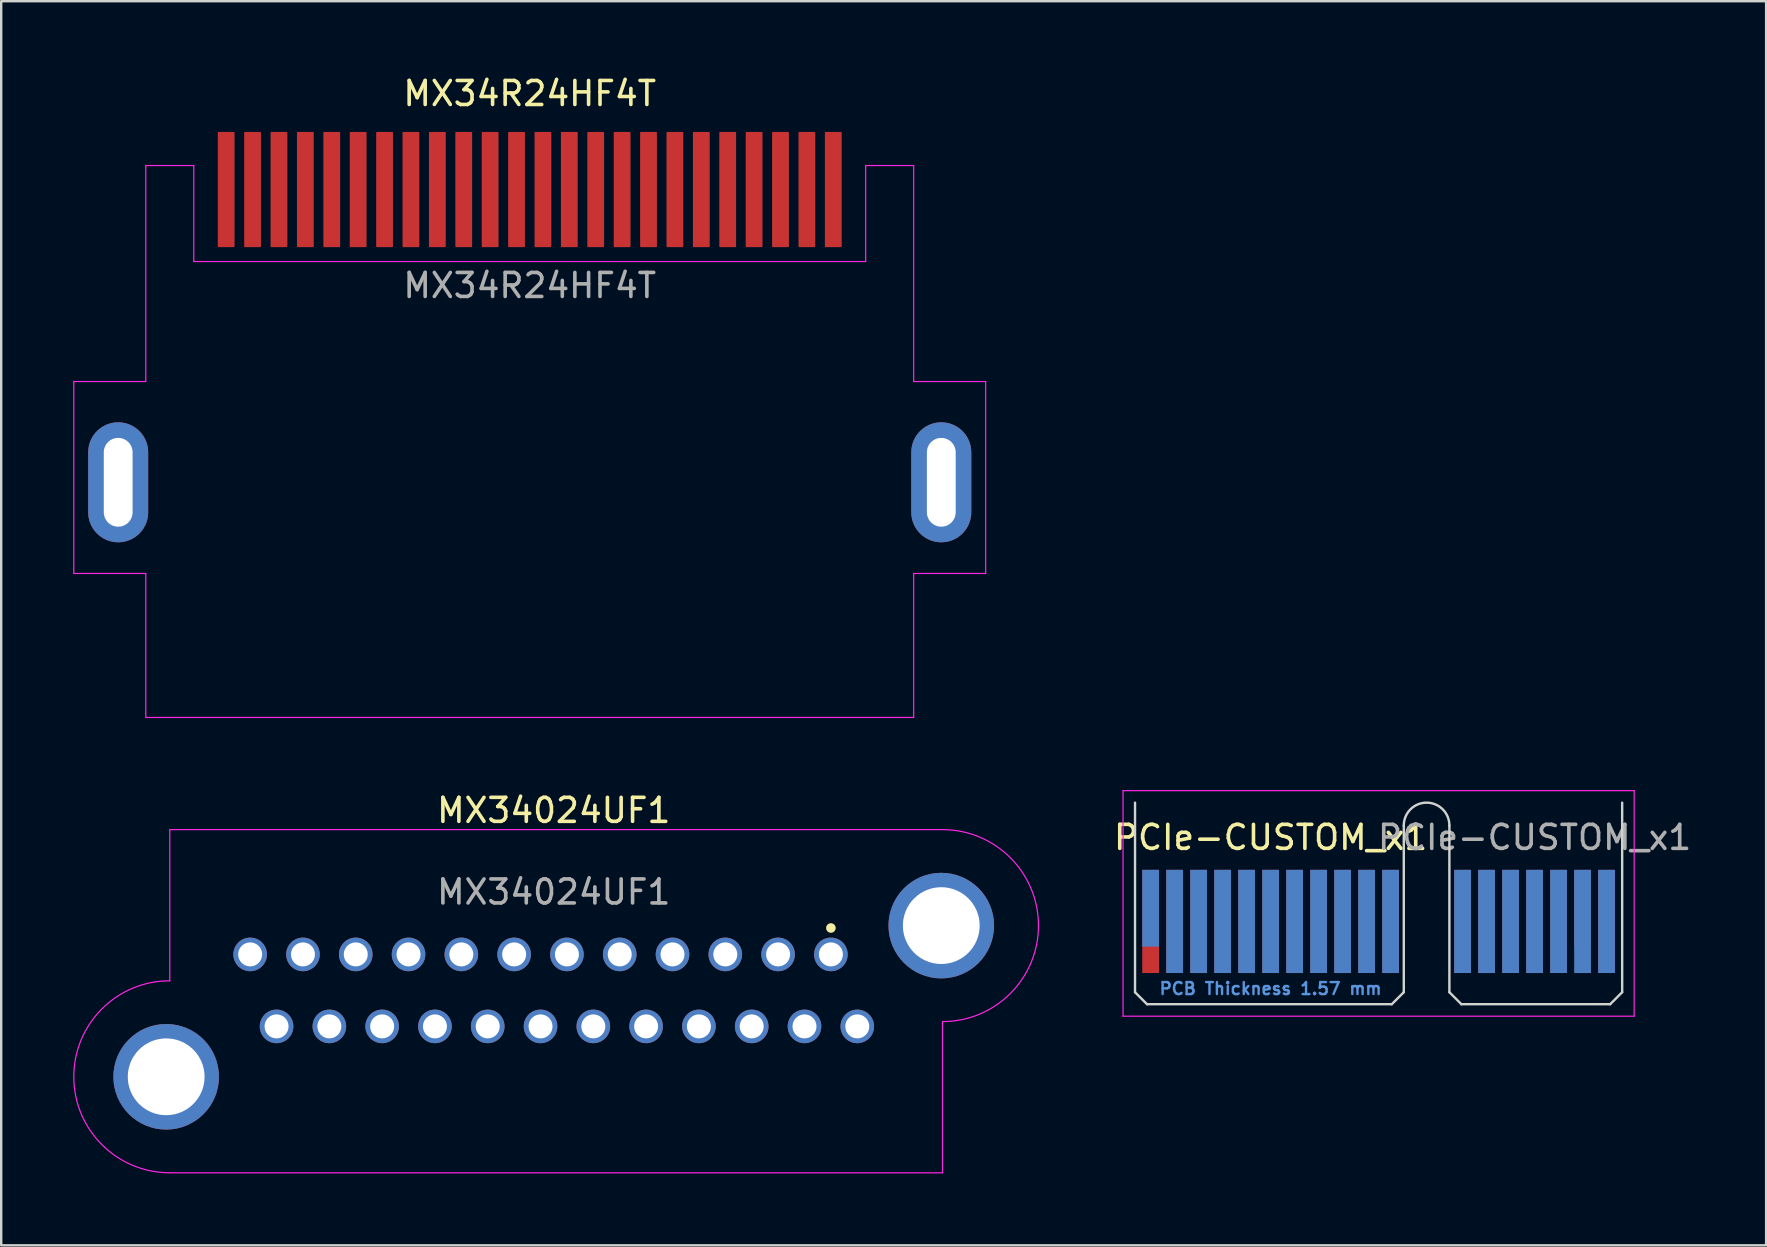
<source format=kicad_pcb>
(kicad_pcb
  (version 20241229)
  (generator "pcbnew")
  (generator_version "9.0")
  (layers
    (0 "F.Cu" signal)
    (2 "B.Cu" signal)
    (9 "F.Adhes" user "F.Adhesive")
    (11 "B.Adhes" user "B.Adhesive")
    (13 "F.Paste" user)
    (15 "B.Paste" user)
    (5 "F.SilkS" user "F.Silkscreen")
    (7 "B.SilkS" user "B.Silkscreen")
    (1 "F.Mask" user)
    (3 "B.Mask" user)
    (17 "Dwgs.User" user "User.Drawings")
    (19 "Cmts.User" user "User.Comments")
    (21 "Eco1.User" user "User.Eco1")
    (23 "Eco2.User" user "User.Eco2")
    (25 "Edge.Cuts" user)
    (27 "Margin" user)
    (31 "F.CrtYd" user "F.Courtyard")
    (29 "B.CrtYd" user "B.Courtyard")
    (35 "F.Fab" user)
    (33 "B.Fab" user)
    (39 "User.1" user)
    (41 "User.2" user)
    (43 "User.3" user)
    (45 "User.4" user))
  (footprint "MX34024UF1"
    (layer "F.Cu")
    (at 20.025 41.822)
    (property "Reference" "MX34024UF1" (at 0 -11.1 0) (unlocked yes) (layer "F.SilkS") (effects (font (size 1 1) (thickness 0.15))))
    (attr through_hole)
    (fp_circle (center 11.55 -6.2) (end 11.75 -6.2) (stroke (width 0) (type solid)) (fill yes) (layer "F.SilkS"))
    (fp_line (start -16 -10.3) (end 16.2 -10.3) (stroke (width 0.05) (type solid)) (layer "F.CrtYd"))
    (fp_line (start -16 -4) (end -16 -10.3) (stroke (width 0.05) (type solid)) (layer "F.CrtYd"))
    (fp_line (start 16.2 -2.3) (end 16.2 4) (stroke (width 0.05) (type solid)) (layer "F.CrtYd"))
    (fp_line (start 16.2 4) (end -16 4) (stroke (width 0.05) (type solid)) (layer "F.CrtYd"))
    (fp_arc (start -16 4) (mid -20 0) (end -16 -4) (stroke (width 0.05) (type solid)) (layer "F.CrtYd"))
    (fp_arc (start 16.2 -10.3) (mid 20.2 -6.3) (end 16.2 -2.3) (stroke (width 0.05) (type solid)) (layer "F.CrtYd"))
    (fp_text user "${REFERENCE}" (at 0 -7.7 0) (unlocked yes) (layer "F.Fab") (effects (font (size 1 1) (thickness 0.15))))
    (pad "1" thru_hole circle (at 11.55 -5.1 180) (size 1.4 1.4) (drill 1) (layers "*.Cu" "*.Mask"))
    (pad "2" thru_hole circle (at 9.35 -5.1 180) (size 1.4 1.4) (drill 1) (layers "*.Cu" "*.Mask"))
    (pad "3" thru_hole circle (at 7.15 -5.1 180) (size 1.4 1.4) (drill 1) (layers "*.Cu" "*.Mask"))
    (pad "4" thru_hole circle (at 4.95 -5.1 180) (size 1.4 1.4) (drill 1) (layers "*.Cu" "*.Mask"))
    (pad "5" thru_hole circle (at 2.75 -5.1 180) (size 1.4 1.4) (drill 1) (layers "*.Cu" "*.Mask"))
    (pad "6" thru_hole circle (at 0.55 -5.1 180) (size 1.4 1.4) (drill 1) (layers "*.Cu" "*.Mask"))
    (pad "7" thru_hole circle (at -1.65 -5.1 180) (size 1.4 1.4) (drill 1) (layers "*.Cu" "*.Mask"))
    (pad "8" thru_hole circle (at -3.85 -5.1 180) (size 1.4 1.4) (drill 1) (layers "*.Cu" "*.Mask"))
    (pad "9" thru_hole circle (at -6.05 -5.1 180) (size 1.4 1.4) (drill 1) (layers "*.Cu" "*.Mask"))
    (pad "10" thru_hole circle (at -8.25 -5.1 180) (size 1.4 1.4) (drill 1) (layers "*.Cu" "*.Mask"))
    (pad "11" thru_hole circle (at -10.45 -5.1 180) (size 1.4 1.4) (drill 1) (layers "*.Cu" "*.Mask"))
    (pad "12" thru_hole circle (at -12.65 -5.1 180) (size 1.4 1.4) (drill 1) (layers "*.Cu" "*.Mask"))
    (pad "13" thru_hole circle (at 12.65 -2.1 180) (size 1.4 1.4) (drill 1) (layers "*.Cu" "*.Mask"))
    (pad "14" thru_hole circle (at 10.45 -2.1 180) (size 1.4 1.4) (drill 1) (layers "*.Cu" "*.Mask"))
    (pad "15" thru_hole circle (at 8.25 -2.1 180) (size 1.4 1.4) (drill 1) (layers "*.Cu" "*.Mask"))
    (pad "16" thru_hole circle (at 6.05 -2.1 180) (size 1.4 1.4) (drill 1) (layers "*.Cu" "*.Mask"))
    (pad "17" thru_hole circle (at 3.85 -2.1 180) (size 1.4 1.4) (drill 1) (layers "*.Cu" "*.Mask"))
    (pad "18" thru_hole circle (at 1.65 -2.1 180) (size 1.4 1.4) (drill 1) (layers "*.Cu" "*.Mask"))
    (pad "19" thru_hole circle (at -0.55 -2.1 180) (size 1.4 1.4) (drill 1) (layers "*.Cu" "*.Mask"))
    (pad "20" thru_hole circle (at -2.75 -2.1 180) (size 1.4 1.4) (drill 1) (layers "*.Cu" "*.Mask"))
    (pad "21" thru_hole circle (at -4.95 -2.1 180) (size 1.4 1.4) (drill 1) (layers "*.Cu" "*.Mask"))
    (pad "22" thru_hole circle (at -7.15 -2.1 180) (size 1.4 1.4) (drill 1) (layers "*.Cu" "*.Mask"))
    (pad "23" thru_hole circle (at -9.35 -2.1 180) (size 1.4 1.4) (drill 1) (layers "*.Cu" "*.Mask"))
    (pad "24" thru_hole circle (at -11.55 -2.1 180) (size 1.4 1.4) (drill 1) (layers "*.Cu" "*.Mask"))
    (pad "25" thru_hole circle (at -16.15 0) (size 4.4 4.4) (drill 3.2) (layers "*.Cu" "*.Mask"))
    (pad "25" thru_hole circle (at 16.15 -6.3) (size 4.4 4.4) (drill 3.2) (layers "*.Cu" "*.Mask")))
  (footprint "MX34R24HF4T"
    (layer "F.Cu")
    (at 19.025 4.848)
    (property "Reference" "MX34R24HF4T" (at 0 -4 0) (unlocked yes) (layer "F.SilkS") (effects (font (size 1 1) (thickness 0.15))))
    (attr smd)
    (fp_line (start -19 8) (end -16 8) (stroke (width 0.05) (type solid)) (layer "F.CrtYd"))
    (fp_line (start -19 16) (end -19 8) (stroke (width 0.05) (type solid)) (layer "F.CrtYd"))
    (fp_line (start -16 -1) (end -14 -1) (stroke (width 0.05) (type solid)) (layer "F.CrtYd"))
    (fp_line (start -16 8) (end -16 -1) (stroke (width 0.05) (type solid)) (layer "F.CrtYd"))
    (fp_line (start -16 16) (end -19 16) (stroke (width 0.05) (type solid)) (layer "F.CrtYd"))
    (fp_line (start -16 22) (end -16 16) (stroke (width 0.05) (type solid)) (layer "F.CrtYd"))
    (fp_line (start -14 -1) (end -14 3) (stroke (width 0.05) (type solid)) (layer "F.CrtYd"))
    (fp_line (start -14 3) (end 14 3) (stroke (width 0.05) (type solid)) (layer "F.CrtYd"))
    (fp_line (start 14 -1) (end 16 -1) (stroke (width 0.05) (type solid)) (layer "F.CrtYd"))
    (fp_line (start 14 3) (end 14 -1) (stroke (width 0.05) (type solid)) (layer "F.CrtYd"))
    (fp_line (start 16 -1) (end 16 8) (stroke (width 0.05) (type solid)) (layer "F.CrtYd"))
    (fp_line (start 16 8) (end 19 8) (stroke (width 0.05) (type solid)) (layer "F.CrtYd"))
    (fp_line (start 16 16) (end 16 22) (stroke (width 0.05) (type solid)) (layer "F.CrtYd"))
    (fp_line (start 16 22) (end -16 22) (stroke (width 0.05) (type solid)) (layer "F.CrtYd"))
    (fp_line (start 19 8) (end 19 16) (stroke (width 0.05) (type solid)) (layer "F.CrtYd"))
    (fp_line (start 19 16) (end 16 16) (stroke (width 0.05) (type solid)) (layer "F.CrtYd"))
    (fp_text user "${REFERENCE}" (at 0 4 0) (unlocked yes) (layer "F.Fab") (effects (font (size 1 1) (thickness 0.15))))
    (pad "1" smd roundrect (at 12.65 0) (size 0.7 4.8) (layers "F.Cu" "F.Mask" "F.Paste") (roundrect_rratio 0.05))
    (pad "2" smd roundrect (at 11.55 0) (size 0.7 4.8) (layers "F.Cu" "F.Mask" "F.Paste") (roundrect_rratio 0.05))
    (pad "3" smd roundrect (at 10.45 0) (size 0.7 4.8) (layers "F.Cu" "F.Mask" "F.Paste") (roundrect_rratio 0.05))
    (pad "4" smd roundrect (at 9.35 0) (size 0.7 4.8) (layers "F.Cu" "F.Mask" "F.Paste") (roundrect_rratio 0.05))
    (pad "5" smd roundrect (at 8.25 0) (size 0.7 4.8) (layers "F.Cu" "F.Mask" "F.Paste") (roundrect_rratio 0.05))
    (pad "6" smd roundrect (at 7.15 0) (size 0.7 4.8) (layers "F.Cu" "F.Mask" "F.Paste") (roundrect_rratio 0.05))
    (pad "7" smd roundrect (at 6.05 0) (size 0.7 4.8) (layers "F.Cu" "F.Mask" "F.Paste") (roundrect_rratio 0.05))
    (pad "8" smd roundrect (at 4.95 0) (size 0.7 4.8) (layers "F.Cu" "F.Mask" "F.Paste") (roundrect_rratio 0.05))
    (pad "9" smd roundrect (at 3.85 0) (size 0.7 4.8) (layers "F.Cu" "F.Mask" "F.Paste") (roundrect_rratio 0.05))
    (pad "10" smd roundrect (at 2.75 0) (size 0.7 4.8) (layers "F.Cu" "F.Mask" "F.Paste") (roundrect_rratio 0.05))
    (pad "11" smd roundrect (at 1.65 0) (size 0.7 4.8) (layers "F.Cu" "F.Mask" "F.Paste") (roundrect_rratio 0.05))
    (pad "12" smd roundrect (at 0.55 0) (size 0.7 4.8) (layers "F.Cu" "F.Mask" "F.Paste") (roundrect_rratio 0.05))
    (pad "13" smd roundrect (at -0.55 0) (size 0.7 4.8) (layers "F.Cu" "F.Mask" "F.Paste") (roundrect_rratio 0.05))
    (pad "14" smd roundrect (at -1.65 0) (size 0.7 4.8) (layers "F.Cu" "F.Mask" "F.Paste") (roundrect_rratio 0.05))
    (pad "15" smd roundrect (at -2.75 0) (size 0.7 4.8) (layers "F.Cu" "F.Mask" "F.Paste") (roundrect_rratio 0.05))
    (pad "16" smd roundrect (at -3.85 0) (size 0.7 4.8) (layers "F.Cu" "F.Mask" "F.Paste") (roundrect_rratio 0.05))
    (pad "17" smd roundrect (at -4.95 0) (size 0.7 4.8) (layers "F.Cu" "F.Mask" "F.Paste") (roundrect_rratio 0.05))
    (pad "18" smd roundrect (at -6.05 0) (size 0.7 4.8) (layers "F.Cu" "F.Mask" "F.Paste") (roundrect_rratio 0.05))
    (pad "19" smd roundrect (at -7.15 0) (size 0.7 4.8) (layers "F.Cu" "F.Mask" "F.Paste") (roundrect_rratio 0.05))
    (pad "20" smd roundrect (at -8.25 0) (size 0.7 4.8) (layers "F.Cu" "F.Mask" "F.Paste") (roundrect_rratio 0.05))
    (pad "21" smd roundrect (at -9.35 0) (size 0.7 4.8) (layers "F.Cu" "F.Mask" "F.Paste") (roundrect_rratio 0.05))
    (pad "22" smd roundrect (at -10.45 0) (size 0.7 4.8) (layers "F.Cu" "F.Mask" "F.Paste") (roundrect_rratio 0.05))
    (pad "23" smd roundrect (at -11.55 0) (size 0.7 4.8) (layers "F.Cu" "F.Mask" "F.Paste") (roundrect_rratio 0.05))
    (pad "24" smd roundrect (at -12.65 0) (size 0.7 4.8) (layers "F.Cu" "F.Mask" "F.Paste") (roundrect_rratio 0.05))
    (pad "25" thru_hole oval (at -17.15 12.2) (size 2.5 5) (drill oval 1.2 3.7) (layers "*.Cu" "*.Mask"))
    (pad "25" thru_hole oval (at 17.15 12.2) (size 2.5 5) (drill oval 1.2 3.7) (layers "*.Cu" "*.Mask")))
  (footprint "PCIe-CUSTOM_x1"
    (layer "F.Cu")
    (at 44.899 35.348)
    (property "Reference" "PCIe-CUSTOM_x1" (at 5 -3.5 0) (layer "F.SilkS") (effects (font (size 1 1) (thickness 0.15))))
    (attr exclude_from_pos_files exclude_from_bom)
    (fp_line (start -0.65 -4.95) (end -0.65 2.95) (stroke (width 0.1) (type solid)) (layer "Edge.Cuts"))
    (fp_line (start -0.65 2.95) (end -0.15 3.45) (stroke (width 0.1) (type solid)) (layer "Edge.Cuts"))
    (fp_line (start -0.15 3.45) (end 10.05 3.45) (stroke (width 0.1) (type solid)) (layer "Edge.Cuts"))
    (fp_line (start 10.55 -4) (end 10.55 2.95) (stroke (width 0.1) (type solid)) (layer "Edge.Cuts"))
    (fp_line (start 10.55 2.95) (end 10.05 3.45) (stroke (width 0.1) (type solid)) (layer "Edge.Cuts"))
    (fp_line (start 12.45 -4) (end 12.45 2.95) (stroke (width 0.1) (type solid)) (layer "Edge.Cuts"))
    (fp_line (start 12.45 2.95) (end 12.95 3.45) (stroke (width 0.1) (type solid)) (layer "Edge.Cuts"))
    (fp_line (start 12.95 3.45) (end 19.15 3.45) (stroke (width 0.1) (type solid)) (layer "Edge.Cuts"))
    (fp_line (start 19.65 -4.95) (end 19.65 2.95) (stroke (width 0.1) (type solid)) (layer "Edge.Cuts"))
    (fp_line (start 19.65 2.95) (end 19.15 3.45) (stroke (width 0.1) (type solid)) (layer "Edge.Cuts"))
    (fp_arc (start 10.55 -4) (mid 11.5 -4.95) (end 12.45 -4) (stroke (width 0.1) (type solid)) (layer "Edge.Cuts"))
    (fp_line (start -1.15 -5.45) (end -1.15 3.95) (stroke (width 0.05) (type solid)) (layer "F.CrtYd"))
    (fp_line (start -1.15 -5.45) (end 20.15 -5.45) (stroke (width 0.05) (type solid)) (layer "F.CrtYd"))
    (fp_line (start 20.15 3.95) (end -1.15 3.95) (stroke (width 0.05) (type solid)) (layer "F.CrtYd"))
    (fp_line (start 20.15 3.95) (end 20.15 -5.45) (stroke (width 0.05) (type solid)) (layer "F.CrtYd"))
    (fp_text user "PCB Thickness 1.57 mm" (at 5 2.8 180) (layer "Cmts.User") (effects (font (size 0.5 0.5) (thickness 0.1))))
    (fp_text user "${REFERENCE}" (at 16 -3.5 0) (layer "F.Fab") (effects (font (size 1 1) (thickness 0.15))))
    (pad "A1" connect rect (at 0 -0.55) (size 0.7 3.2) (layers "B.Cu" "B.Mask"))
    (pad "A2" connect rect (at 1 0) (size 0.7 4.3) (layers "B.Cu" "B.Mask"))
    (pad "A3" connect rect (at 2 0) (size 0.7 4.3) (layers "B.Cu" "B.Mask"))
    (pad "A4" connect rect (at 3 0) (size 0.7 4.3) (layers "B.Cu" "B.Mask"))
    (pad "A5" connect rect (at 4 0) (size 0.7 4.3) (layers "B.Cu" "B.Mask"))
    (pad "A6" connect rect (at 5 0) (size 0.7 4.3) (layers "B.Cu" "B.Mask"))
    (pad "A7" connect rect (at 6 0) (size 0.7 4.3) (layers "B.Cu" "B.Mask"))
    (pad "A8" connect rect (at 7 0) (size 0.7 4.3) (layers "B.Cu" "B.Mask"))
    (pad "A9" connect rect (at 8 0) (size 0.7 4.3) (layers "B.Cu" "B.Mask"))
    (pad "A10" connect rect (at 9 0) (size 0.7 4.3) (layers "B.Cu" "B.Mask"))
    (pad "A11" connect rect (at 10 0) (size 0.7 4.3) (layers "B.Cu" "B.Mask"))
    (pad "A12" connect rect (at 13 0) (size 0.7 4.3) (layers "B.Cu" "B.Mask"))
    (pad "A13" connect rect (at 14 0) (size 0.7 4.3) (layers "B.Cu" "B.Mask"))
    (pad "A14" connect rect (at 15 0) (size 0.7 4.3) (layers "B.Cu" "B.Mask"))
    (pad "A15" connect rect (at 16 0) (size 0.7 4.3) (layers "B.Cu" "B.Mask"))
    (pad "A16" connect rect (at 17 0) (size 0.7 4.3) (layers "B.Cu" "B.Mask"))
    (pad "A17" connect rect (at 18 0) (size 0.7 4.3) (layers "B.Cu" "B.Mask"))
    (pad "A18" connect rect (at 19 0) (size 0.7 4.3) (layers "B.Cu" "B.Mask"))
    (pad "B1" connect rect (at 0 0) (size 0.7 4.3) (layers "F.Cu" "F.Mask"))
    (pad "B2" connect rect (at 1 0) (size 0.7 4.3) (layers "F.Cu" "F.Mask"))
    (pad "B3" connect rect (at 2 0) (size 0.7 4.3) (layers "F.Cu" "F.Mask"))
    (pad "B4" connect rect (at 3 0) (size 0.7 4.3) (layers "F.Cu" "F.Mask"))
    (pad "B5" connect rect (at 4 0) (size 0.7 4.3) (layers "F.Cu" "F.Mask"))
    (pad "B6" connect rect (at 5 0) (size 0.7 4.3) (layers "F.Cu" "F.Mask"))
    (pad "B7" connect rect (at 6 0) (size 0.7 4.3) (layers "F.Cu" "F.Mask"))
    (pad "B8" connect rect (at 7 0) (size 0.7 4.3) (layers "F.Cu" "F.Mask"))
    (pad "B9" connect rect (at 8 0) (size 0.7 4.3) (layers "F.Cu" "F.Mask"))
    (pad "B10" connect rect (at 9 0) (size 0.7 4.3) (layers "F.Cu" "F.Mask"))
    (pad "B11" connect rect (at 10 0) (size 0.7 4.3) (layers "F.Cu" "F.Mask"))
    (pad "B12" connect rect (at 13 0) (size 0.7 4.3) (layers "F.Cu" "F.Mask"))
    (pad "B13" connect rect (at 14 0) (size 0.7 4.3) (layers "F.Cu" "F.Mask"))
    (pad "B14" connect rect (at 15 0) (size 0.7 4.3) (layers "F.Cu" "F.Mask"))
    (pad "B15" connect rect (at 16 0) (size 0.7 4.3) (layers "F.Cu" "F.Mask"))
    (pad "B16" connect rect (at 17 0) (size 0.7 4.3) (layers "F.Cu" "F.Mask"))
    (pad "B17" connect rect (at 18 -0.55) (size 0.7 3.2) (layers "F.Cu" "F.Mask"))
    (pad "B18" connect rect (at 19 0) (size 0.7 4.3) (layers "F.Cu" "F.Mask")))
  (gr_rect
    (start -3 -3)
    (end 70.548 48.846)
    (stroke (width 0.1) (type default))
    (fill no)
    (layer "Edge.Cuts")))
</source>
